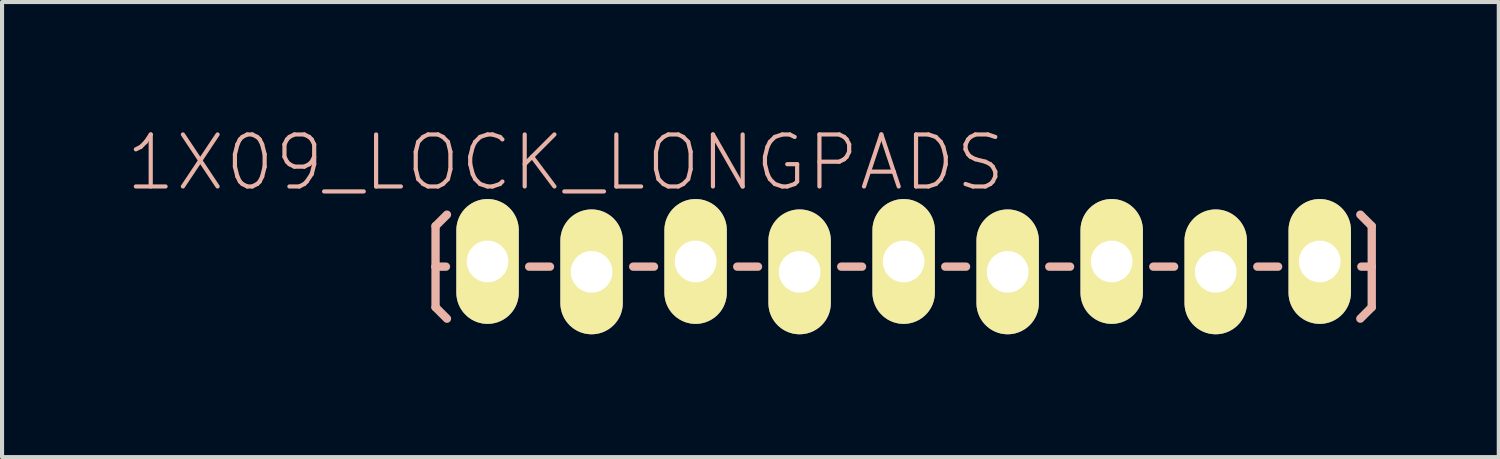
<source format=kicad_pcb>
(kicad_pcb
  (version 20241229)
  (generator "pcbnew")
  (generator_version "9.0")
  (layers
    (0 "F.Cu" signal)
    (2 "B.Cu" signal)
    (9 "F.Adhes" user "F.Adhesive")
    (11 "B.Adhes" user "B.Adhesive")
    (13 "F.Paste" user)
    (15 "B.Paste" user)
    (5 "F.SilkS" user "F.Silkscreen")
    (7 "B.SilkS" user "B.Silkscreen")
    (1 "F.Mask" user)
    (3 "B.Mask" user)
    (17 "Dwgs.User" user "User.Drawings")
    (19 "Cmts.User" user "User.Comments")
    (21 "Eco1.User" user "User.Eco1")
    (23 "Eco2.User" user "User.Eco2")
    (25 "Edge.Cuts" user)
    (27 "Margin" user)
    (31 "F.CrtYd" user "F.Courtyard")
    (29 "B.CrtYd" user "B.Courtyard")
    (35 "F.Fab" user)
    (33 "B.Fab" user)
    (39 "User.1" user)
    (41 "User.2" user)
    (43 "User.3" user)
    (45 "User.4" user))
  (footprint "1X09_LOCK_LONGPADS"
    (layer "F.Cu")
    (at 8.855 3.461)
    (property "Reference" "1X09_LOCK_LONGPADS" (at 1.905 -2.54 0) (layer "B.SilkS") (effects (font (size 1.27 1.27) (thickness 0.102))))
    (attr exclude_from_pos_files exclude_from_bom)
    (fp_line (start -0.292 -0.292) (end 0.292 -0.292) (stroke (width 0.066) (type solid)) (layer "F.SilkS"))
    (fp_line (start -0.292 0.292) (end -0.292 -0.292) (stroke (width 0.066) (type solid)) (layer "F.SilkS"))
    (fp_line (start -0.292 0.292) (end 0.292 0.292) (stroke (width 0.066) (type solid)) (layer "F.SilkS"))
    (fp_line (start 0.292 0.292) (end 0.292 -0.292) (stroke (width 0.066) (type solid)) (layer "F.SilkS"))
    (fp_line (start 2.248 -0.292) (end 2.832 -0.292) (stroke (width 0.066) (type solid)) (layer "F.SilkS"))
    (fp_line (start 2.248 0.292) (end 2.248 -0.292) (stroke (width 0.066) (type solid)) (layer "F.SilkS"))
    (fp_line (start 2.248 0.292) (end 2.832 0.292) (stroke (width 0.066) (type solid)) (layer "F.SilkS"))
    (fp_line (start 2.832 0.292) (end 2.832 -0.292) (stroke (width 0.066) (type solid)) (layer "F.SilkS"))
    (fp_line (start 4.788 -0.292) (end 5.372 -0.292) (stroke (width 0.066) (type solid)) (layer "F.SilkS"))
    (fp_line (start 4.788 0.292) (end 4.788 -0.292) (stroke (width 0.066) (type solid)) (layer "F.SilkS"))
    (fp_line (start 4.788 0.292) (end 5.372 0.292) (stroke (width 0.066) (type solid)) (layer "F.SilkS"))
    (fp_line (start 5.372 0.292) (end 5.372 -0.292) (stroke (width 0.066) (type solid)) (layer "F.SilkS"))
    (fp_line (start 7.328 -0.292) (end 7.912 -0.292) (stroke (width 0.066) (type solid)) (layer "F.SilkS"))
    (fp_line (start 7.328 0.292) (end 7.328 -0.292) (stroke (width 0.066) (type solid)) (layer "F.SilkS"))
    (fp_line (start 7.328 0.292) (end 7.912 0.292) (stroke (width 0.066) (type solid)) (layer "F.SilkS"))
    (fp_line (start 7.912 0.292) (end 7.912 -0.292) (stroke (width 0.066) (type solid)) (layer "F.SilkS"))
    (fp_line (start 9.868 -0.292) (end 10.452 -0.292) (stroke (width 0.066) (type solid)) (layer "F.SilkS"))
    (fp_line (start 9.868 0.292) (end 9.868 -0.292) (stroke (width 0.066) (type solid)) (layer "F.SilkS"))
    (fp_line (start 9.868 0.292) (end 10.452 0.292) (stroke (width 0.066) (type solid)) (layer "F.SilkS"))
    (fp_line (start 10.452 0.292) (end 10.452 -0.292) (stroke (width 0.066) (type solid)) (layer "F.SilkS"))
    (fp_line (start 12.408 -0.292) (end 12.992 -0.292) (stroke (width 0.066) (type solid)) (layer "F.SilkS"))
    (fp_line (start 12.408 0.292) (end 12.408 -0.292) (stroke (width 0.066) (type solid)) (layer "F.SilkS"))
    (fp_line (start 12.408 0.292) (end 12.992 0.292) (stroke (width 0.066) (type solid)) (layer "F.SilkS"))
    (fp_line (start 12.992 0.292) (end 12.992 -0.292) (stroke (width 0.066) (type solid)) (layer "F.SilkS"))
    (fp_line (start 14.948 -0.292) (end 15.532 -0.292) (stroke (width 0.066) (type solid)) (layer "F.SilkS"))
    (fp_line (start 14.948 0.292) (end 14.948 -0.292) (stroke (width 0.066) (type solid)) (layer "F.SilkS"))
    (fp_line (start 14.948 0.292) (end 15.532 0.292) (stroke (width 0.066) (type solid)) (layer "F.SilkS"))
    (fp_line (start 15.532 0.292) (end 15.532 -0.292) (stroke (width 0.066) (type solid)) (layer "F.SilkS"))
    (fp_line (start 17.488 -0.292) (end 18.072 -0.292) (stroke (width 0.066) (type solid)) (layer "F.SilkS"))
    (fp_line (start 17.488 0.292) (end 17.488 -0.292) (stroke (width 0.066) (type solid)) (layer "F.SilkS"))
    (fp_line (start 17.488 0.292) (end 18.072 0.292) (stroke (width 0.066) (type solid)) (layer "F.SilkS"))
    (fp_line (start 18.072 0.292) (end 18.072 -0.292) (stroke (width 0.066) (type solid)) (layer "F.SilkS"))
    (fp_line (start 20.028 -0.292) (end 20.612 -0.292) (stroke (width 0.066) (type solid)) (layer "F.SilkS"))
    (fp_line (start 20.028 0.292) (end 20.028 -0.292) (stroke (width 0.066) (type solid)) (layer "F.SilkS"))
    (fp_line (start 20.028 0.292) (end 20.612 0.292) (stroke (width 0.066) (type solid)) (layer "F.SilkS"))
    (fp_line (start 20.612 0.292) (end 20.612 -0.292) (stroke (width 0.066) (type solid)) (layer "F.SilkS"))
    (fp_line (start -1.27 -0.991) (end -0.991 -1.27) (stroke (width 0.203) (type solid)) (layer "B.SilkS"))
    (fp_line (start -1.27 0) (end -1.27 -0.991) (stroke (width 0.203) (type solid)) (layer "B.SilkS"))
    (fp_line (start -1.27 0) (end -1.27 0.991) (stroke (width 0.203) (type solid)) (layer "B.SilkS"))
    (fp_line (start -1.27 0) (end -1.016 0) (stroke (width 0.203) (type solid)) (layer "B.SilkS"))
    (fp_line (start -1.27 0.991) (end -0.991 1.27) (stroke (width 0.203) (type solid)) (layer "B.SilkS"))
    (fp_line (start 1.524 0) (end 1.016 0) (stroke (width 0.203) (type solid)) (layer "B.SilkS"))
    (fp_line (start 4.064 0) (end 3.556 0) (stroke (width 0.203) (type solid)) (layer "B.SilkS"))
    (fp_line (start 6.604 0) (end 6.096 0) (stroke (width 0.203) (type solid)) (layer "B.SilkS"))
    (fp_line (start 9.144 0) (end 8.636 0) (stroke (width 0.203) (type solid)) (layer "B.SilkS"))
    (fp_line (start 11.684 0) (end 11.176 0) (stroke (width 0.203) (type solid)) (layer "B.SilkS"))
    (fp_line (start 14.224 0) (end 13.716 0) (stroke (width 0.203) (type solid)) (layer "B.SilkS"))
    (fp_line (start 16.764 0) (end 16.256 0) (stroke (width 0.203) (type solid)) (layer "B.SilkS"))
    (fp_line (start 19.304 0) (end 18.796 0) (stroke (width 0.203) (type solid)) (layer "B.SilkS"))
    (fp_line (start 21.59 -0.991) (end 21.311 -1.27) (stroke (width 0.203) (type solid)) (layer "B.SilkS"))
    (fp_line (start 21.59 0) (end 21.336 0) (stroke (width 0.203) (type solid)) (layer "B.SilkS"))
    (fp_line (start 21.59 0) (end 21.59 -0.991) (stroke (width 0.203) (type solid)) (layer "B.SilkS"))
    (fp_line (start 21.59 0) (end 21.59 0.991) (stroke (width 0.203) (type solid)) (layer "B.SilkS"))
    (fp_line (start 21.59 0.991) (end 21.311 1.27) (stroke (width 0.203) (type solid)) (layer "B.SilkS"))
    (pad "1" thru_hole oval (at 0 -0.127 180) (size 1.524 3.048) (drill 1.016) (layers "*.Cu" "F.Mask" "F.SilkS" "F.Paste"))
    (pad "2" thru_hole oval (at 2.54 0.127 180) (size 1.524 3.048) (drill 1.016) (layers "*.Cu" "F.Mask" "F.SilkS" "F.Paste"))
    (pad "3" thru_hole oval (at 5.08 -0.127 180) (size 1.524 3.048) (drill 1.016) (layers "*.Cu" "F.Mask" "F.SilkS" "F.Paste"))
    (pad "4" thru_hole oval (at 7.62 0.127 180) (size 1.524 3.048) (drill 1.016) (layers "*.Cu" "F.Mask" "F.SilkS" "F.Paste"))
    (pad "5" thru_hole oval (at 10.16 -0.127 180) (size 1.524 3.048) (drill 1.016) (layers "*.Cu" "F.Mask" "F.SilkS" "F.Paste"))
    (pad "6" thru_hole oval (at 12.7 0.127 180) (size 1.524 3.048) (drill 1.016) (layers "*.Cu" "F.Mask" "F.SilkS" "F.Paste"))
    (pad "7" thru_hole oval (at 15.24 -0.127 180) (size 1.524 3.048) (drill 1.016) (layers "*.Cu" "F.Mask" "F.SilkS" "F.Paste"))
    (pad "8" thru_hole oval (at 17.78 0.127 180) (size 1.524 3.048) (drill 1.016) (layers "*.Cu" "F.Mask" "F.SilkS" "F.Paste"))
    (pad "9" thru_hole oval (at 20.32 -0.127 180) (size 1.524 3.048) (drill 1.016) (layers "*.Cu" "F.Mask" "F.SilkS" "F.Paste")))
  (gr_rect
    (start -3 -3)
    (end 33.547 8.112)
    (stroke (width 0.1) (type default))
    (fill no)
    (layer "Edge.Cuts")))
</source>
